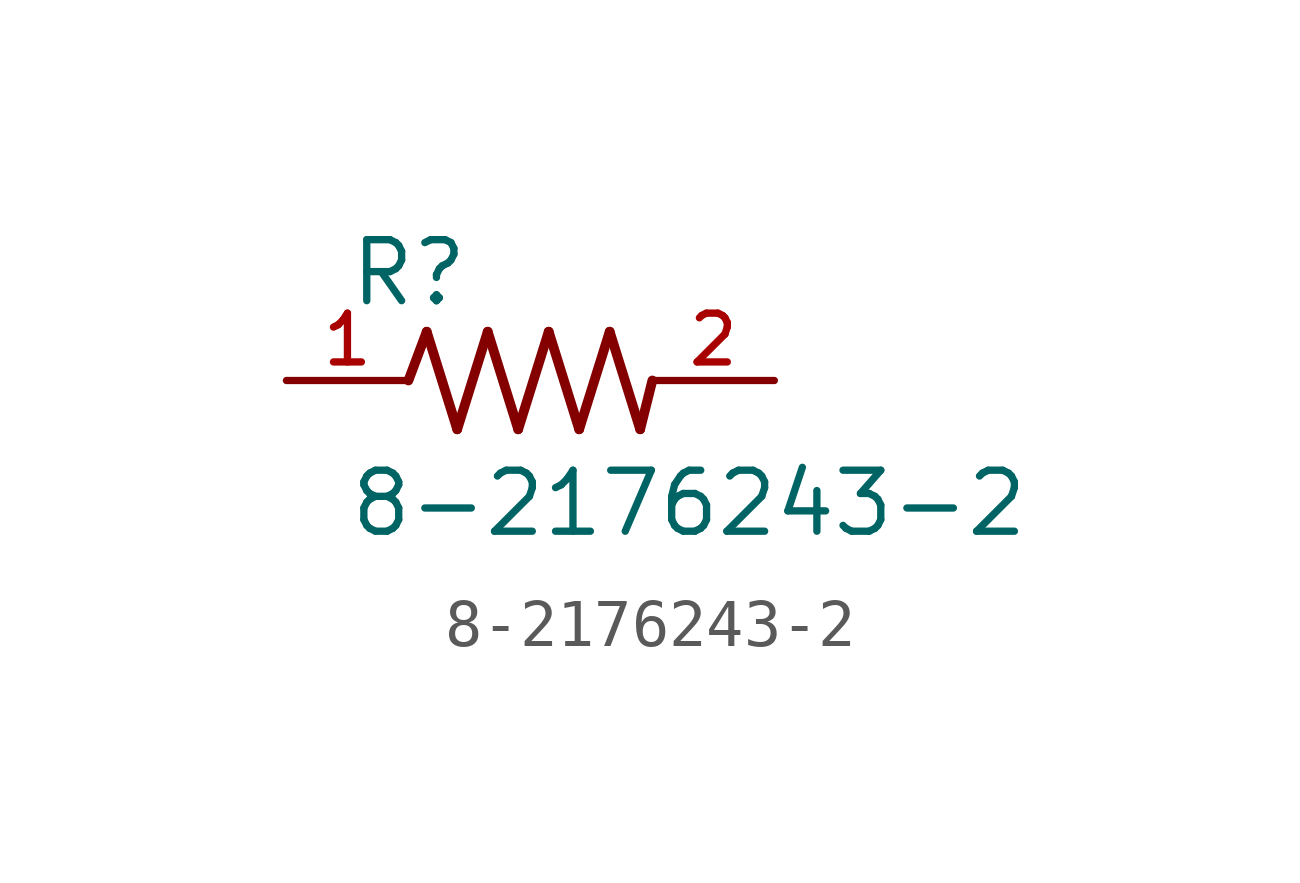
<source format=kicad_sym>
(kicad_symbol_lib
  (version 20211014)
  (generator kicad_symbol_editor)
  (symbol "8-2176243-2"
    (pin_names
      (offset 1.016))
    (property "Reference" "R"
      (at -3.81 1.499 0)
      (effects (font (size 1.27 1.27)) (justify bottom left)))
    (property "Value" "8-2176243-2"
      (at -3.81 -3.302 0)
      (effects (font (size 1.27 1.27)) (justify bottom left)))
    (symbol "8-2176243-2_0_0"
      (polyline (pts (xy -2.54 0.0) (xy -2.159 1.016)) (stroke (width 0.203)))
      (polyline (pts (xy -2.159 1.016) (xy -1.524 -1.016)) (stroke (width 0.203)))
      (polyline (pts (xy -1.524 -1.016) (xy -0.889 1.016)) (stroke (width 0.203)))
      (polyline (pts (xy -0.889 1.016) (xy -0.254 -1.016)) (stroke (width 0.203)))
      (polyline (pts (xy -0.254 -1.016) (xy 0.381 1.016)) (stroke (width 0.203)))
      (polyline (pts (xy 0.381 1.016) (xy 1.016 -1.016)) (stroke (width 0.203)))
      (polyline (pts (xy 1.016 -1.016) (xy 1.651 1.016)) (stroke (width 0.203)))
      (polyline (pts (xy 1.651 1.016) (xy 2.286 -1.016)) (stroke (width 0.203)))
      (polyline (pts (xy 2.286 -1.016) (xy 2.54 0.0)) (stroke (width 0.203)))
      (pin passive line (at 5.08 0.0 180.0) (length 2.54) (name "~" (effects (font (size 1.016 1.016)))) (number "2" (effects (font (size 1.016 1.016)))))
      (pin passive line (at -5.08 0.0 0) (length 2.54) (name "~" (effects (font (size 1.016 1.016)))) (number "1" (effects (font (size 1.016 1.016))))))))
</source>
